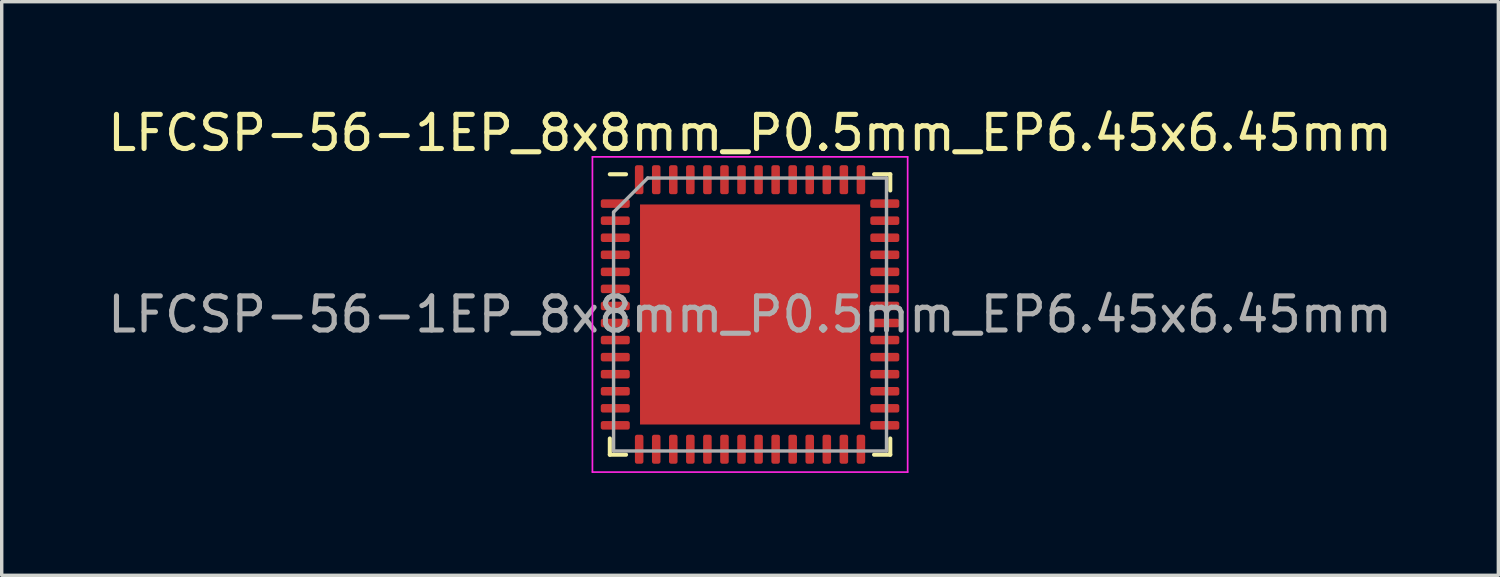
<source format=kicad_pcb>
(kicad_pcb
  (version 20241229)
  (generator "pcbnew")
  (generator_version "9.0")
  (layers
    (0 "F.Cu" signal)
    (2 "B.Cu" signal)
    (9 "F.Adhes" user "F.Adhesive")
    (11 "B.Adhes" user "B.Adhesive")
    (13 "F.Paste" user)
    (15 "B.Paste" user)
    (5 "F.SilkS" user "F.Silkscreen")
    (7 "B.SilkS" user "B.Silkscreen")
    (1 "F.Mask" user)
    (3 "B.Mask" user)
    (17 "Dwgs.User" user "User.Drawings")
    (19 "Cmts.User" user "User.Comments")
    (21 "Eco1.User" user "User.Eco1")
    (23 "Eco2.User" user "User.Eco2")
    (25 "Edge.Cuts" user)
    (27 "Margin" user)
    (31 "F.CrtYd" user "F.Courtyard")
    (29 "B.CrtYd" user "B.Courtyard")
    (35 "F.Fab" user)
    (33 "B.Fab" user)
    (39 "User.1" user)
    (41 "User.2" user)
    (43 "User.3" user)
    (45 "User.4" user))
  (footprint "LFCSP-56-1EP_8x8mm_P0.5mm_EP6.45x6.45mm"
    (layer "F.Cu")
    (at 18.935 6.168)
    (property "Reference" "LFCSP-56-1EP_8x8mm_P0.5mm_EP6.45x6.45mm" (at 0 -5.32 0) (layer "F.SilkS") (effects (font (size 1 1) (thickness 0.15))))
    (attr smd)
    (fp_line (start -4.11 4.11) (end -4.11 3.635) (stroke (width 0.12) (type solid)) (layer "F.SilkS"))
    (fp_line (start -3.635 -4.11) (end -4.11 -4.11) (stroke (width 0.12) (type solid)) (layer "F.SilkS"))
    (fp_line (start -3.635 4.11) (end -4.11 4.11) (stroke (width 0.12) (type solid)) (layer "F.SilkS"))
    (fp_line (start 3.635 -4.11) (end 4.11 -4.11) (stroke (width 0.12) (type solid)) (layer "F.SilkS"))
    (fp_line (start 3.635 4.11) (end 4.11 4.11) (stroke (width 0.12) (type solid)) (layer "F.SilkS"))
    (fp_line (start 4.11 -4.11) (end 4.11 -3.635) (stroke (width 0.12) (type solid)) (layer "F.SilkS"))
    (fp_line (start 4.11 4.11) (end 4.11 3.635) (stroke (width 0.12) (type solid)) (layer "F.SilkS"))
    (fp_line (start -4.62 -4.62) (end -4.62 4.62) (stroke (width 0.05) (type solid)) (layer "F.CrtYd"))
    (fp_line (start -4.62 4.62) (end 4.62 4.62) (stroke (width 0.05) (type solid)) (layer "F.CrtYd"))
    (fp_line (start 4.62 -4.62) (end -4.62 -4.62) (stroke (width 0.05) (type solid)) (layer "F.CrtYd"))
    (fp_line (start 4.62 4.62) (end 4.62 -4.62) (stroke (width 0.05) (type solid)) (layer "F.CrtYd"))
    (fp_line (start -4 -3) (end -3 -4) (stroke (width 0.1) (type solid)) (layer "F.Fab"))
    (fp_line (start -4 4) (end -4 -3) (stroke (width 0.1) (type solid)) (layer "F.Fab"))
    (fp_line (start -3 -4) (end 4 -4) (stroke (width 0.1) (type solid)) (layer "F.Fab"))
    (fp_line (start 4 -4) (end 4 4) (stroke (width 0.1) (type solid)) (layer "F.Fab"))
    (fp_line (start 4 4) (end -4 4) (stroke (width 0.1) (type solid)) (layer "F.Fab"))
    (fp_text user "${REFERENCE}" (at 0 0 0) (layer "F.Fab") (effects (font (size 1 1) (thickness 0.15))))
    (pad "" smd roundrect (at -2.15 -2.15) (size 1.73 1.73) (layers "F.Paste") (roundrect_rratio 0.145))
    (pad "" smd roundrect (at -2.15 0) (size 1.73 1.73) (layers "F.Paste") (roundrect_rratio 0.145))
    (pad "" smd roundrect (at -2.15 2.15) (size 1.73 1.73) (layers "F.Paste") (roundrect_rratio 0.145))
    (pad "" smd roundrect (at 0 -2.15) (size 1.73 1.73) (layers "F.Paste") (roundrect_rratio 0.145))
    (pad "" smd roundrect (at 0 0) (size 1.73 1.73) (layers "F.Paste") (roundrect_rratio 0.145))
    (pad "" smd roundrect (at 0 2.15) (size 1.73 1.73) (layers "F.Paste") (roundrect_rratio 0.145))
    (pad "" smd roundrect (at 2.15 -2.15) (size 1.73 1.73) (layers "F.Paste") (roundrect_rratio 0.145))
    (pad "" smd roundrect (at 2.15 0) (size 1.73 1.73) (layers "F.Paste") (roundrect_rratio 0.145))
    (pad "" smd roundrect (at 2.15 2.15) (size 1.73 1.73) (layers "F.Paste") (roundrect_rratio 0.145))
    (pad "1" smd roundrect (at -3.95 -3.25) (size 0.85 0.25) (layers "F.Cu" "F.Mask" "F.Paste") (roundrect_rratio 0.25))
    (pad "2" smd roundrect (at -3.95 -2.75) (size 0.85 0.25) (layers "F.Cu" "F.Mask" "F.Paste") (roundrect_rratio 0.25))
    (pad "3" smd roundrect (at -3.95 -2.25) (size 0.85 0.25) (layers "F.Cu" "F.Mask" "F.Paste") (roundrect_rratio 0.25))
    (pad "4" smd roundrect (at -3.95 -1.75) (size 0.85 0.25) (layers "F.Cu" "F.Mask" "F.Paste") (roundrect_rratio 0.25))
    (pad "5" smd roundrect (at -3.95 -1.25) (size 0.85 0.25) (layers "F.Cu" "F.Mask" "F.Paste") (roundrect_rratio 0.25))
    (pad "6" smd roundrect (at -3.95 -0.75) (size 0.85 0.25) (layers "F.Cu" "F.Mask" "F.Paste") (roundrect_rratio 0.25))
    (pad "7" smd roundrect (at -3.95 -0.25) (size 0.85 0.25) (layers "F.Cu" "F.Mask" "F.Paste") (roundrect_rratio 0.25))
    (pad "8" smd roundrect (at -3.95 0.25) (size 0.85 0.25) (layers "F.Cu" "F.Mask" "F.Paste") (roundrect_rratio 0.25))
    (pad "9" smd roundrect (at -3.95 0.75) (size 0.85 0.25) (layers "F.Cu" "F.Mask" "F.Paste") (roundrect_rratio 0.25))
    (pad "10" smd roundrect (at -3.95 1.25) (size 0.85 0.25) (layers "F.Cu" "F.Mask" "F.Paste") (roundrect_rratio 0.25))
    (pad "11" smd roundrect (at -3.95 1.75) (size 0.85 0.25) (layers "F.Cu" "F.Mask" "F.Paste") (roundrect_rratio 0.25))
    (pad "12" smd roundrect (at -3.95 2.25) (size 0.85 0.25) (layers "F.Cu" "F.Mask" "F.Paste") (roundrect_rratio 0.25))
    (pad "13" smd roundrect (at -3.95 2.75) (size 0.85 0.25) (layers "F.Cu" "F.Mask" "F.Paste") (roundrect_rratio 0.25))
    (pad "14" smd roundrect (at -3.95 3.25) (size 0.85 0.25) (layers "F.Cu" "F.Mask" "F.Paste") (roundrect_rratio 0.25))
    (pad "15" smd roundrect (at -3.25 3.95) (size 0.25 0.85) (layers "F.Cu" "F.Mask" "F.Paste") (roundrect_rratio 0.25))
    (pad "16" smd roundrect (at -2.75 3.95) (size 0.25 0.85) (layers "F.Cu" "F.Mask" "F.Paste") (roundrect_rratio 0.25))
    (pad "17" smd roundrect (at -2.25 3.95) (size 0.25 0.85) (layers "F.Cu" "F.Mask" "F.Paste") (roundrect_rratio 0.25))
    (pad "18" smd roundrect (at -1.75 3.95) (size 0.25 0.85) (layers "F.Cu" "F.Mask" "F.Paste") (roundrect_rratio 0.25))
    (pad "19" smd roundrect (at -1.25 3.95) (size 0.25 0.85) (layers "F.Cu" "F.Mask" "F.Paste") (roundrect_rratio 0.25))
    (pad "20" smd roundrect (at -0.75 3.95) (size 0.25 0.85) (layers "F.Cu" "F.Mask" "F.Paste") (roundrect_rratio 0.25))
    (pad "21" smd roundrect (at -0.25 3.95) (size 0.25 0.85) (layers "F.Cu" "F.Mask" "F.Paste") (roundrect_rratio 0.25))
    (pad "22" smd roundrect (at 0.25 3.95) (size 0.25 0.85) (layers "F.Cu" "F.Mask" "F.Paste") (roundrect_rratio 0.25))
    (pad "23" smd roundrect (at 0.75 3.95) (size 0.25 0.85) (layers "F.Cu" "F.Mask" "F.Paste") (roundrect_rratio 0.25))
    (pad "24" smd roundrect (at 1.25 3.95) (size 0.25 0.85) (layers "F.Cu" "F.Mask" "F.Paste") (roundrect_rratio 0.25))
    (pad "25" smd roundrect (at 1.75 3.95) (size 0.25 0.85) (layers "F.Cu" "F.Mask" "F.Paste") (roundrect_rratio 0.25))
    (pad "26" smd roundrect (at 2.25 3.95) (size 0.25 0.85) (layers "F.Cu" "F.Mask" "F.Paste") (roundrect_rratio 0.25))
    (pad "27" smd roundrect (at 2.75 3.95) (size 0.25 0.85) (layers "F.Cu" "F.Mask" "F.Paste") (roundrect_rratio 0.25))
    (pad "28" smd roundrect (at 3.25 3.95) (size 0.25 0.85) (layers "F.Cu" "F.Mask" "F.Paste") (roundrect_rratio 0.25))
    (pad "29" smd roundrect (at 3.95 3.25) (size 0.85 0.25) (layers "F.Cu" "F.Mask" "F.Paste") (roundrect_rratio 0.25))
    (pad "30" smd roundrect (at 3.95 2.75) (size 0.85 0.25) (layers "F.Cu" "F.Mask" "F.Paste") (roundrect_rratio 0.25))
    (pad "31" smd roundrect (at 3.95 2.25) (size 0.85 0.25) (layers "F.Cu" "F.Mask" "F.Paste") (roundrect_rratio 0.25))
    (pad "32" smd roundrect (at 3.95 1.75) (size 0.85 0.25) (layers "F.Cu" "F.Mask" "F.Paste") (roundrect_rratio 0.25))
    (pad "33" smd roundrect (at 3.95 1.25) (size 0.85 0.25) (layers "F.Cu" "F.Mask" "F.Paste") (roundrect_rratio 0.25))
    (pad "34" smd roundrect (at 3.95 0.75) (size 0.85 0.25) (layers "F.Cu" "F.Mask" "F.Paste") (roundrect_rratio 0.25))
    (pad "35" smd roundrect (at 3.95 0.25) (size 0.85 0.25) (layers "F.Cu" "F.Mask" "F.Paste") (roundrect_rratio 0.25))
    (pad "36" smd roundrect (at 3.95 -0.25) (size 0.85 0.25) (layers "F.Cu" "F.Mask" "F.Paste") (roundrect_rratio 0.25))
    (pad "37" smd roundrect (at 3.95 -0.75) (size 0.85 0.25) (layers "F.Cu" "F.Mask" "F.Paste") (roundrect_rratio 0.25))
    (pad "38" smd roundrect (at 3.95 -1.25) (size 0.85 0.25) (layers "F.Cu" "F.Mask" "F.Paste") (roundrect_rratio 0.25))
    (pad "39" smd roundrect (at 3.95 -1.75) (size 0.85 0.25) (layers "F.Cu" "F.Mask" "F.Paste") (roundrect_rratio 0.25))
    (pad "40" smd roundrect (at 3.95 -2.25) (size 0.85 0.25) (layers "F.Cu" "F.Mask" "F.Paste") (roundrect_rratio 0.25))
    (pad "41" smd roundrect (at 3.95 -2.75) (size 0.85 0.25) (layers "F.Cu" "F.Mask" "F.Paste") (roundrect_rratio 0.25))
    (pad "42" smd roundrect (at 3.95 -3.25) (size 0.85 0.25) (layers "F.Cu" "F.Mask" "F.Paste") (roundrect_rratio 0.25))
    (pad "43" smd roundrect (at 3.25 -3.95) (size 0.25 0.85) (layers "F.Cu" "F.Mask" "F.Paste") (roundrect_rratio 0.25))
    (pad "44" smd roundrect (at 2.75 -3.95) (size 0.25 0.85) (layers "F.Cu" "F.Mask" "F.Paste") (roundrect_rratio 0.25))
    (pad "45" smd roundrect (at 2.25 -3.95) (size 0.25 0.85) (layers "F.Cu" "F.Mask" "F.Paste") (roundrect_rratio 0.25))
    (pad "46" smd roundrect (at 1.75 -3.95) (size 0.25 0.85) (layers "F.Cu" "F.Mask" "F.Paste") (roundrect_rratio 0.25))
    (pad "47" smd roundrect (at 1.25 -3.95) (size 0.25 0.85) (layers "F.Cu" "F.Mask" "F.Paste") (roundrect_rratio 0.25))
    (pad "48" smd roundrect (at 0.75 -3.95) (size 0.25 0.85) (layers "F.Cu" "F.Mask" "F.Paste") (roundrect_rratio 0.25))
    (pad "49" smd roundrect (at 0.25 -3.95) (size 0.25 0.85) (layers "F.Cu" "F.Mask" "F.Paste") (roundrect_rratio 0.25))
    (pad "50" smd roundrect (at -0.25 -3.95) (size 0.25 0.85) (layers "F.Cu" "F.Mask" "F.Paste") (roundrect_rratio 0.25))
    (pad "51" smd roundrect (at -0.75 -3.95) (size 0.25 0.85) (layers "F.Cu" "F.Mask" "F.Paste") (roundrect_rratio 0.25))
    (pad "52" smd roundrect (at -1.25 -3.95) (size 0.25 0.85) (layers "F.Cu" "F.Mask" "F.Paste") (roundrect_rratio 0.25))
    (pad "53" smd roundrect (at -1.75 -3.95) (size 0.25 0.85) (layers "F.Cu" "F.Mask" "F.Paste") (roundrect_rratio 0.25))
    (pad "54" smd roundrect (at -2.25 -3.95) (size 0.25 0.85) (layers "F.Cu" "F.Mask" "F.Paste") (roundrect_rratio 0.25))
    (pad "55" smd roundrect (at -2.75 -3.95) (size 0.25 0.85) (layers "F.Cu" "F.Mask" "F.Paste") (roundrect_rratio 0.25))
    (pad "56" smd roundrect (at -3.25 -3.95) (size 0.25 0.85) (layers "F.Cu" "F.Mask" "F.Paste") (roundrect_rratio 0.25))
    (pad "57" smd rect (at 0 0) (size 6.45 6.45) (layers "F.Cu" "F.Mask")))
  (gr_rect
    (start -3 -3)
    (end 40.869 13.813)
    (stroke (width 0.1) (type default))
    (fill no)
    (layer "Edge.Cuts")))
</source>
